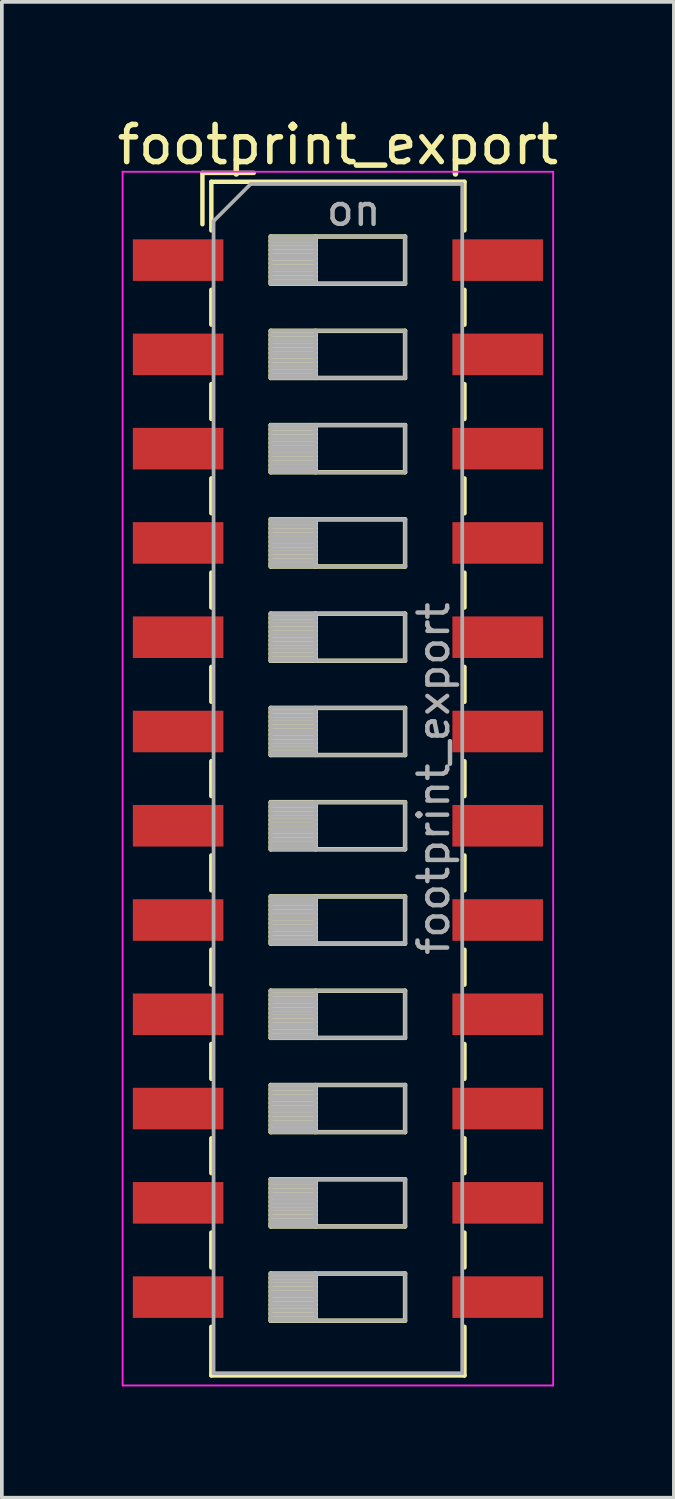
<source format=kicad_pcb>
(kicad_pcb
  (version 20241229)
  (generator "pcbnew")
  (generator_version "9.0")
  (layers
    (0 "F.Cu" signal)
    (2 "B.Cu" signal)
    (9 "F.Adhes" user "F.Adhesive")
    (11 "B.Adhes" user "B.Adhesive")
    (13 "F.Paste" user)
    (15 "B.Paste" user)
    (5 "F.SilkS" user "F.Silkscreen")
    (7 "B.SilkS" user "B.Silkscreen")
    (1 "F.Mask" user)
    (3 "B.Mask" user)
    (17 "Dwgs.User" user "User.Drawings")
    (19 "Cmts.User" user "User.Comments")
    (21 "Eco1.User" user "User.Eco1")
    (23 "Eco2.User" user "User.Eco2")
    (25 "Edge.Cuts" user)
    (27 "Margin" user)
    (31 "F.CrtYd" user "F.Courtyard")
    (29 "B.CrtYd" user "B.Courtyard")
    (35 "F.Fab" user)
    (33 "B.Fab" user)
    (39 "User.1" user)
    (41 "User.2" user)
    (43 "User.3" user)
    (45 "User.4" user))
  (footprint "footprint_export"
    (layer "F.Cu")
    (at 6.054 17.928)
    (property "Reference" "footprint_export" (at 0 -17.08 0) (layer "F.SilkS") (effects (font (size 1 1) (thickness 0.15))))
    (attr smd)
    (fp_line (start -3.65 -16.32) (end -3.65 -14.937) (stroke (width 0.12) (type solid)) (layer "F.SilkS"))
    (fp_line (start -3.65 -16.32) (end -2.267 -16.32) (stroke (width 0.12) (type solid)) (layer "F.SilkS"))
    (fp_line (start -3.41 -16.08) (end -3.41 -14.77) (stroke (width 0.12) (type solid)) (layer "F.SilkS"))
    (fp_line (start -3.41 -16.08) (end 3.41 -16.08) (stroke (width 0.12) (type solid)) (layer "F.SilkS"))
    (fp_line (start -3.41 -13.17) (end -3.41 -12.23) (stroke (width 0.12) (type solid)) (layer "F.SilkS"))
    (fp_line (start -3.41 -10.63) (end -3.41 -9.69) (stroke (width 0.12) (type solid)) (layer "F.SilkS"))
    (fp_line (start -3.41 -8.09) (end -3.41 -7.15) (stroke (width 0.12) (type solid)) (layer "F.SilkS"))
    (fp_line (start -3.41 -5.55) (end -3.41 -4.61) (stroke (width 0.12) (type solid)) (layer "F.SilkS"))
    (fp_line (start -3.41 -3.01) (end -3.41 -2.07) (stroke (width 0.12) (type solid)) (layer "F.SilkS"))
    (fp_line (start -3.41 -0.47) (end -3.41 0.47) (stroke (width 0.12) (type solid)) (layer "F.SilkS"))
    (fp_line (start -3.41 2.07) (end -3.41 3.01) (stroke (width 0.12) (type solid)) (layer "F.SilkS"))
    (fp_line (start -3.41 4.61) (end -3.41 5.55) (stroke (width 0.12) (type solid)) (layer "F.SilkS"))
    (fp_line (start -3.41 7.15) (end -3.41 8.09) (stroke (width 0.12) (type solid)) (layer "F.SilkS"))
    (fp_line (start -3.41 9.69) (end -3.41 10.63) (stroke (width 0.12) (type solid)) (layer "F.SilkS"))
    (fp_line (start -3.41 12.23) (end -3.41 13.17) (stroke (width 0.12) (type solid)) (layer "F.SilkS"))
    (fp_line (start -3.41 14.77) (end -3.41 16.08) (stroke (width 0.12) (type solid)) (layer "F.SilkS"))
    (fp_line (start -3.41 16.08) (end 3.41 16.08) (stroke (width 0.12) (type solid)) (layer "F.SilkS"))
    (fp_line (start -1.81 -14.605) (end -1.81 -13.335) (stroke (width 0.12) (type solid)) (layer "F.SilkS"))
    (fp_line (start -1.81 -14.485) (end -0.603 -14.485) (stroke (width 0.12) (type solid)) (layer "F.SilkS"))
    (fp_line (start -1.81 -14.365) (end -0.603 -14.365) (stroke (width 0.12) (type solid)) (layer "F.SilkS"))
    (fp_line (start -1.81 -14.245) (end -0.603 -14.245) (stroke (width 0.12) (type solid)) (layer "F.SilkS"))
    (fp_line (start -1.81 -14.125) (end -0.603 -14.125) (stroke (width 0.12) (type solid)) (layer "F.SilkS"))
    (fp_line (start -1.81 -14.005) (end -0.603 -14.005) (stroke (width 0.12) (type solid)) (layer "F.SilkS"))
    (fp_line (start -1.81 -13.885) (end -0.603 -13.885) (stroke (width 0.12) (type solid)) (layer "F.SilkS"))
    (fp_line (start -1.81 -13.765) (end -0.603 -13.765) (stroke (width 0.12) (type solid)) (layer "F.SilkS"))
    (fp_line (start -1.81 -13.645) (end -0.603 -13.645) (stroke (width 0.12) (type solid)) (layer "F.SilkS"))
    (fp_line (start -1.81 -13.525) (end -0.603 -13.525) (stroke (width 0.12) (type solid)) (layer "F.SilkS"))
    (fp_line (start -1.81 -13.405) (end -0.603 -13.405) (stroke (width 0.12) (type solid)) (layer "F.SilkS"))
    (fp_line (start -1.81 -13.335) (end 1.81 -13.335) (stroke (width 0.12) (type solid)) (layer "F.SilkS"))
    (fp_line (start -1.81 -12.065) (end -1.81 -10.795) (stroke (width 0.12) (type solid)) (layer "F.SilkS"))
    (fp_line (start -1.81 -11.945) (end -0.603 -11.945) (stroke (width 0.12) (type solid)) (layer "F.SilkS"))
    (fp_line (start -1.81 -11.825) (end -0.603 -11.825) (stroke (width 0.12) (type solid)) (layer "F.SilkS"))
    (fp_line (start -1.81 -11.705) (end -0.603 -11.705) (stroke (width 0.12) (type solid)) (layer "F.SilkS"))
    (fp_line (start -1.81 -11.585) (end -0.603 -11.585) (stroke (width 0.12) (type solid)) (layer "F.SilkS"))
    (fp_line (start -1.81 -11.465) (end -0.603 -11.465) (stroke (width 0.12) (type solid)) (layer "F.SilkS"))
    (fp_line (start -1.81 -11.345) (end -0.603 -11.345) (stroke (width 0.12) (type solid)) (layer "F.SilkS"))
    (fp_line (start -1.81 -11.225) (end -0.603 -11.225) (stroke (width 0.12) (type solid)) (layer "F.SilkS"))
    (fp_line (start -1.81 -11.105) (end -0.603 -11.105) (stroke (width 0.12) (type solid)) (layer "F.SilkS"))
    (fp_line (start -1.81 -10.985) (end -0.603 -10.985) (stroke (width 0.12) (type solid)) (layer "F.SilkS"))
    (fp_line (start -1.81 -10.865) (end -0.603 -10.865) (stroke (width 0.12) (type solid)) (layer "F.SilkS"))
    (fp_line (start -1.81 -10.795) (end 1.81 -10.795) (stroke (width 0.12) (type solid)) (layer "F.SilkS"))
    (fp_line (start -1.81 -9.525) (end -1.81 -8.255) (stroke (width 0.12) (type solid)) (layer "F.SilkS"))
    (fp_line (start -1.81 -9.405) (end -0.603 -9.405) (stroke (width 0.12) (type solid)) (layer "F.SilkS"))
    (fp_line (start -1.81 -9.285) (end -0.603 -9.285) (stroke (width 0.12) (type solid)) (layer "F.SilkS"))
    (fp_line (start -1.81 -9.165) (end -0.603 -9.165) (stroke (width 0.12) (type solid)) (layer "F.SilkS"))
    (fp_line (start -1.81 -9.045) (end -0.603 -9.045) (stroke (width 0.12) (type solid)) (layer "F.SilkS"))
    (fp_line (start -1.81 -8.925) (end -0.603 -8.925) (stroke (width 0.12) (type solid)) (layer "F.SilkS"))
    (fp_line (start -1.81 -8.805) (end -0.603 -8.805) (stroke (width 0.12) (type solid)) (layer "F.SilkS"))
    (fp_line (start -1.81 -8.685) (end -0.603 -8.685) (stroke (width 0.12) (type solid)) (layer "F.SilkS"))
    (fp_line (start -1.81 -8.565) (end -0.603 -8.565) (stroke (width 0.12) (type solid)) (layer "F.SilkS"))
    (fp_line (start -1.81 -8.445) (end -0.603 -8.445) (stroke (width 0.12) (type solid)) (layer "F.SilkS"))
    (fp_line (start -1.81 -8.325) (end -0.603 -8.325) (stroke (width 0.12) (type solid)) (layer "F.SilkS"))
    (fp_line (start -1.81 -8.255) (end 1.81 -8.255) (stroke (width 0.12) (type solid)) (layer "F.SilkS"))
    (fp_line (start -1.81 -6.985) (end -1.81 -5.715) (stroke (width 0.12) (type solid)) (layer "F.SilkS"))
    (fp_line (start -1.81 -6.865) (end -0.603 -6.865) (stroke (width 0.12) (type solid)) (layer "F.SilkS"))
    (fp_line (start -1.81 -6.745) (end -0.603 -6.745) (stroke (width 0.12) (type solid)) (layer "F.SilkS"))
    (fp_line (start -1.81 -6.625) (end -0.603 -6.625) (stroke (width 0.12) (type solid)) (layer "F.SilkS"))
    (fp_line (start -1.81 -6.505) (end -0.603 -6.505) (stroke (width 0.12) (type solid)) (layer "F.SilkS"))
    (fp_line (start -1.81 -6.385) (end -0.603 -6.385) (stroke (width 0.12) (type solid)) (layer "F.SilkS"))
    (fp_line (start -1.81 -6.265) (end -0.603 -6.265) (stroke (width 0.12) (type solid)) (layer "F.SilkS"))
    (fp_line (start -1.81 -6.145) (end -0.603 -6.145) (stroke (width 0.12) (type solid)) (layer "F.SilkS"))
    (fp_line (start -1.81 -6.025) (end -0.603 -6.025) (stroke (width 0.12) (type solid)) (layer "F.SilkS"))
    (fp_line (start -1.81 -5.905) (end -0.603 -5.905) (stroke (width 0.12) (type solid)) (layer "F.SilkS"))
    (fp_line (start -1.81 -5.785) (end -0.603 -5.785) (stroke (width 0.12) (type solid)) (layer "F.SilkS"))
    (fp_line (start -1.81 -5.715) (end 1.81 -5.715) (stroke (width 0.12) (type solid)) (layer "F.SilkS"))
    (fp_line (start -1.81 -4.445) (end -1.81 -3.175) (stroke (width 0.12) (type solid)) (layer "F.SilkS"))
    (fp_line (start -1.81 -4.325) (end -0.603 -4.325) (stroke (width 0.12) (type solid)) (layer "F.SilkS"))
    (fp_line (start -1.81 -4.205) (end -0.603 -4.205) (stroke (width 0.12) (type solid)) (layer "F.SilkS"))
    (fp_line (start -1.81 -4.085) (end -0.603 -4.085) (stroke (width 0.12) (type solid)) (layer "F.SilkS"))
    (fp_line (start -1.81 -3.965) (end -0.603 -3.965) (stroke (width 0.12) (type solid)) (layer "F.SilkS"))
    (fp_line (start -1.81 -3.845) (end -0.603 -3.845) (stroke (width 0.12) (type solid)) (layer "F.SilkS"))
    (fp_line (start -1.81 -3.725) (end -0.603 -3.725) (stroke (width 0.12) (type solid)) (layer "F.SilkS"))
    (fp_line (start -1.81 -3.605) (end -0.603 -3.605) (stroke (width 0.12) (type solid)) (layer "F.SilkS"))
    (fp_line (start -1.81 -3.485) (end -0.603 -3.485) (stroke (width 0.12) (type solid)) (layer "F.SilkS"))
    (fp_line (start -1.81 -3.365) (end -0.603 -3.365) (stroke (width 0.12) (type solid)) (layer "F.SilkS"))
    (fp_line (start -1.81 -3.245) (end -0.603 -3.245) (stroke (width 0.12) (type solid)) (layer "F.SilkS"))
    (fp_line (start -1.81 -3.175) (end 1.81 -3.175) (stroke (width 0.12) (type solid)) (layer "F.SilkS"))
    (fp_line (start -1.81 -1.905) (end -1.81 -0.635) (stroke (width 0.12) (type solid)) (layer "F.SilkS"))
    (fp_line (start -1.81 -1.785) (end -0.603 -1.785) (stroke (width 0.12) (type solid)) (layer "F.SilkS"))
    (fp_line (start -1.81 -1.665) (end -0.603 -1.665) (stroke (width 0.12) (type solid)) (layer "F.SilkS"))
    (fp_line (start -1.81 -1.545) (end -0.603 -1.545) (stroke (width 0.12) (type solid)) (layer "F.SilkS"))
    (fp_line (start -1.81 -1.425) (end -0.603 -1.425) (stroke (width 0.12) (type solid)) (layer "F.SilkS"))
    (fp_line (start -1.81 -1.305) (end -0.603 -1.305) (stroke (width 0.12) (type solid)) (layer "F.SilkS"))
    (fp_line (start -1.81 -1.185) (end -0.603 -1.185) (stroke (width 0.12) (type solid)) (layer "F.SilkS"))
    (fp_line (start -1.81 -1.065) (end -0.603 -1.065) (stroke (width 0.12) (type solid)) (layer "F.SilkS"))
    (fp_line (start -1.81 -0.945) (end -0.603 -0.945) (stroke (width 0.12) (type solid)) (layer "F.SilkS"))
    (fp_line (start -1.81 -0.825) (end -0.603 -0.825) (stroke (width 0.12) (type solid)) (layer "F.SilkS"))
    (fp_line (start -1.81 -0.705) (end -0.603 -0.705) (stroke (width 0.12) (type solid)) (layer "F.SilkS"))
    (fp_line (start -1.81 -0.635) (end 1.81 -0.635) (stroke (width 0.12) (type solid)) (layer "F.SilkS"))
    (fp_line (start -1.81 0.635) (end -1.81 1.905) (stroke (width 0.12) (type solid)) (layer "F.SilkS"))
    (fp_line (start -1.81 0.755) (end -0.603 0.755) (stroke (width 0.12) (type solid)) (layer "F.SilkS"))
    (fp_line (start -1.81 0.875) (end -0.603 0.875) (stroke (width 0.12) (type solid)) (layer "F.SilkS"))
    (fp_line (start -1.81 0.995) (end -0.603 0.995) (stroke (width 0.12) (type solid)) (layer "F.SilkS"))
    (fp_line (start -1.81 1.115) (end -0.603 1.115) (stroke (width 0.12) (type solid)) (layer "F.SilkS"))
    (fp_line (start -1.81 1.235) (end -0.603 1.235) (stroke (width 0.12) (type solid)) (layer "F.SilkS"))
    (fp_line (start -1.81 1.355) (end -0.603 1.355) (stroke (width 0.12) (type solid)) (layer "F.SilkS"))
    (fp_line (start -1.81 1.475) (end -0.603 1.475) (stroke (width 0.12) (type solid)) (layer "F.SilkS"))
    (fp_line (start -1.81 1.595) (end -0.603 1.595) (stroke (width 0.12) (type solid)) (layer "F.SilkS"))
    (fp_line (start -1.81 1.715) (end -0.603 1.715) (stroke (width 0.12) (type solid)) (layer "F.SilkS"))
    (fp_line (start -1.81 1.835) (end -0.603 1.835) (stroke (width 0.12) (type solid)) (layer "F.SilkS"))
    (fp_line (start -1.81 1.905) (end 1.81 1.905) (stroke (width 0.12) (type solid)) (layer "F.SilkS"))
    (fp_line (start -1.81 3.175) (end -1.81 4.445) (stroke (width 0.12) (type solid)) (layer "F.SilkS"))
    (fp_line (start -1.81 3.295) (end -0.603 3.295) (stroke (width 0.12) (type solid)) (layer "F.SilkS"))
    (fp_line (start -1.81 3.415) (end -0.603 3.415) (stroke (width 0.12) (type solid)) (layer "F.SilkS"))
    (fp_line (start -1.81 3.535) (end -0.603 3.535) (stroke (width 0.12) (type solid)) (layer "F.SilkS"))
    (fp_line (start -1.81 3.655) (end -0.603 3.655) (stroke (width 0.12) (type solid)) (layer "F.SilkS"))
    (fp_line (start -1.81 3.775) (end -0.603 3.775) (stroke (width 0.12) (type solid)) (layer "F.SilkS"))
    (fp_line (start -1.81 3.895) (end -0.603 3.895) (stroke (width 0.12) (type solid)) (layer "F.SilkS"))
    (fp_line (start -1.81 4.015) (end -0.603 4.015) (stroke (width 0.12) (type solid)) (layer "F.SilkS"))
    (fp_line (start -1.81 4.135) (end -0.603 4.135) (stroke (width 0.12) (type solid)) (layer "F.SilkS"))
    (fp_line (start -1.81 4.255) (end -0.603 4.255) (stroke (width 0.12) (type solid)) (layer "F.SilkS"))
    (fp_line (start -1.81 4.375) (end -0.603 4.375) (stroke (width 0.12) (type solid)) (layer "F.SilkS"))
    (fp_line (start -1.81 4.445) (end 1.81 4.445) (stroke (width 0.12) (type solid)) (layer "F.SilkS"))
    (fp_line (start -1.81 5.715) (end -1.81 6.985) (stroke (width 0.12) (type solid)) (layer "F.SilkS"))
    (fp_line (start -1.81 5.835) (end -0.603 5.835) (stroke (width 0.12) (type solid)) (layer "F.SilkS"))
    (fp_line (start -1.81 5.955) (end -0.603 5.955) (stroke (width 0.12) (type solid)) (layer "F.SilkS"))
    (fp_line (start -1.81 6.075) (end -0.603 6.075) (stroke (width 0.12) (type solid)) (layer "F.SilkS"))
    (fp_line (start -1.81 6.195) (end -0.603 6.195) (stroke (width 0.12) (type solid)) (layer "F.SilkS"))
    (fp_line (start -1.81 6.315) (end -0.603 6.315) (stroke (width 0.12) (type solid)) (layer "F.SilkS"))
    (fp_line (start -1.81 6.435) (end -0.603 6.435) (stroke (width 0.12) (type solid)) (layer "F.SilkS"))
    (fp_line (start -1.81 6.555) (end -0.603 6.555) (stroke (width 0.12) (type solid)) (layer "F.SilkS"))
    (fp_line (start -1.81 6.675) (end -0.603 6.675) (stroke (width 0.12) (type solid)) (layer "F.SilkS"))
    (fp_line (start -1.81 6.795) (end -0.603 6.795) (stroke (width 0.12) (type solid)) (layer "F.SilkS"))
    (fp_line (start -1.81 6.915) (end -0.603 6.915) (stroke (width 0.12) (type solid)) (layer "F.SilkS"))
    (fp_line (start -1.81 6.985) (end 1.81 6.985) (stroke (width 0.12) (type solid)) (layer "F.SilkS"))
    (fp_line (start -1.81 8.255) (end -1.81 9.525) (stroke (width 0.12) (type solid)) (layer "F.SilkS"))
    (fp_line (start -1.81 8.375) (end -0.603 8.375) (stroke (width 0.12) (type solid)) (layer "F.SilkS"))
    (fp_line (start -1.81 8.495) (end -0.603 8.495) (stroke (width 0.12) (type solid)) (layer "F.SilkS"))
    (fp_line (start -1.81 8.615) (end -0.603 8.615) (stroke (width 0.12) (type solid)) (layer "F.SilkS"))
    (fp_line (start -1.81 8.735) (end -0.603 8.735) (stroke (width 0.12) (type solid)) (layer "F.SilkS"))
    (fp_line (start -1.81 8.855) (end -0.603 8.855) (stroke (width 0.12) (type solid)) (layer "F.SilkS"))
    (fp_line (start -1.81 8.975) (end -0.603 8.975) (stroke (width 0.12) (type solid)) (layer "F.SilkS"))
    (fp_line (start -1.81 9.095) (end -0.603 9.095) (stroke (width 0.12) (type solid)) (layer "F.SilkS"))
    (fp_line (start -1.81 9.215) (end -0.603 9.215) (stroke (width 0.12) (type solid)) (layer "F.SilkS"))
    (fp_line (start -1.81 9.335) (end -0.603 9.335) (stroke (width 0.12) (type solid)) (layer "F.SilkS"))
    (fp_line (start -1.81 9.455) (end -0.603 9.455) (stroke (width 0.12) (type solid)) (layer "F.SilkS"))
    (fp_line (start -1.81 9.525) (end 1.81 9.525) (stroke (width 0.12) (type solid)) (layer "F.SilkS"))
    (fp_line (start -1.81 10.795) (end -1.81 12.065) (stroke (width 0.12) (type solid)) (layer "F.SilkS"))
    (fp_line (start -1.81 10.915) (end -0.603 10.915) (stroke (width 0.12) (type solid)) (layer "F.SilkS"))
    (fp_line (start -1.81 11.035) (end -0.603 11.035) (stroke (width 0.12) (type solid)) (layer "F.SilkS"))
    (fp_line (start -1.81 11.155) (end -0.603 11.155) (stroke (width 0.12) (type solid)) (layer "F.SilkS"))
    (fp_line (start -1.81 11.275) (end -0.603 11.275) (stroke (width 0.12) (type solid)) (layer "F.SilkS"))
    (fp_line (start -1.81 11.395) (end -0.603 11.395) (stroke (width 0.12) (type solid)) (layer "F.SilkS"))
    (fp_line (start -1.81 11.515) (end -0.603 11.515) (stroke (width 0.12) (type solid)) (layer "F.SilkS"))
    (fp_line (start -1.81 11.635) (end -0.603 11.635) (stroke (width 0.12) (type solid)) (layer "F.SilkS"))
    (fp_line (start -1.81 11.755) (end -0.603 11.755) (stroke (width 0.12) (type solid)) (layer "F.SilkS"))
    (fp_line (start -1.81 11.875) (end -0.603 11.875) (stroke (width 0.12) (type solid)) (layer "F.SilkS"))
    (fp_line (start -1.81 11.995) (end -0.603 11.995) (stroke (width 0.12) (type solid)) (layer "F.SilkS"))
    (fp_line (start -1.81 12.065) (end 1.81 12.065) (stroke (width 0.12) (type solid)) (layer "F.SilkS"))
    (fp_line (start -1.81 13.335) (end -1.81 14.605) (stroke (width 0.12) (type solid)) (layer "F.SilkS"))
    (fp_line (start -1.81 13.455) (end -0.603 13.455) (stroke (width 0.12) (type solid)) (layer "F.SilkS"))
    (fp_line (start -1.81 13.575) (end -0.603 13.575) (stroke (width 0.12) (type solid)) (layer "F.SilkS"))
    (fp_line (start -1.81 13.695) (end -0.603 13.695) (stroke (width 0.12) (type solid)) (layer "F.SilkS"))
    (fp_line (start -1.81 13.815) (end -0.603 13.815) (stroke (width 0.12) (type solid)) (layer "F.SilkS"))
    (fp_line (start -1.81 13.935) (end -0.603 13.935) (stroke (width 0.12) (type solid)) (layer "F.SilkS"))
    (fp_line (start -1.81 14.055) (end -0.603 14.055) (stroke (width 0.12) (type solid)) (layer "F.SilkS"))
    (fp_line (start -1.81 14.175) (end -0.603 14.175) (stroke (width 0.12) (type solid)) (layer "F.SilkS"))
    (fp_line (start -1.81 14.295) (end -0.603 14.295) (stroke (width 0.12) (type solid)) (layer "F.SilkS"))
    (fp_line (start -1.81 14.415) (end -0.603 14.415) (stroke (width 0.12) (type solid)) (layer "F.SilkS"))
    (fp_line (start -1.81 14.535) (end -0.603 14.535) (stroke (width 0.12) (type solid)) (layer "F.SilkS"))
    (fp_line (start -1.81 14.605) (end 1.81 14.605) (stroke (width 0.12) (type solid)) (layer "F.SilkS"))
    (fp_line (start -0.603 -14.605) (end -0.603 -13.335) (stroke (width 0.12) (type solid)) (layer "F.SilkS"))
    (fp_line (start -0.603 -12.065) (end -0.603 -10.795) (stroke (width 0.12) (type solid)) (layer "F.SilkS"))
    (fp_line (start -0.603 -9.525) (end -0.603 -8.255) (stroke (width 0.12) (type solid)) (layer "F.SilkS"))
    (fp_line (start -0.603 -6.985) (end -0.603 -5.715) (stroke (width 0.12) (type solid)) (layer "F.SilkS"))
    (fp_line (start -0.603 -4.445) (end -0.603 -3.175) (stroke (width 0.12) (type solid)) (layer "F.SilkS"))
    (fp_line (start -0.603 -1.905) (end -0.603 -0.635) (stroke (width 0.12) (type solid)) (layer "F.SilkS"))
    (fp_line (start -0.603 0.635) (end -0.603 1.905) (stroke (width 0.12) (type solid)) (layer "F.SilkS"))
    (fp_line (start -0.603 3.175) (end -0.603 4.445) (stroke (width 0.12) (type solid)) (layer "F.SilkS"))
    (fp_line (start -0.603 5.715) (end -0.603 6.985) (stroke (width 0.12) (type solid)) (layer "F.SilkS"))
    (fp_line (start -0.603 8.255) (end -0.603 9.525) (stroke (width 0.12) (type solid)) (layer "F.SilkS"))
    (fp_line (start -0.603 10.795) (end -0.603 12.065) (stroke (width 0.12) (type solid)) (layer "F.SilkS"))
    (fp_line (start -0.603 13.335) (end -0.603 14.605) (stroke (width 0.12) (type solid)) (layer "F.SilkS"))
    (fp_line (start 1.81 -14.605) (end -1.81 -14.605) (stroke (width 0.12) (type solid)) (layer "F.SilkS"))
    (fp_line (start 1.81 -13.335) (end 1.81 -14.605) (stroke (width 0.12) (type solid)) (layer "F.SilkS"))
    (fp_line (start 1.81 -12.065) (end -1.81 -12.065) (stroke (width 0.12) (type solid)) (layer "F.SilkS"))
    (fp_line (start 1.81 -10.795) (end 1.81 -12.065) (stroke (width 0.12) (type solid)) (layer "F.SilkS"))
    (fp_line (start 1.81 -9.525) (end -1.81 -9.525) (stroke (width 0.12) (type solid)) (layer "F.SilkS"))
    (fp_line (start 1.81 -8.255) (end 1.81 -9.525) (stroke (width 0.12) (type solid)) (layer "F.SilkS"))
    (fp_line (start 1.81 -6.985) (end -1.81 -6.985) (stroke (width 0.12) (type solid)) (layer "F.SilkS"))
    (fp_line (start 1.81 -5.715) (end 1.81 -6.985) (stroke (width 0.12) (type solid)) (layer "F.SilkS"))
    (fp_line (start 1.81 -4.445) (end -1.81 -4.445) (stroke (width 0.12) (type solid)) (layer "F.SilkS"))
    (fp_line (start 1.81 -3.175) (end 1.81 -4.445) (stroke (width 0.12) (type solid)) (layer "F.SilkS"))
    (fp_line (start 1.81 -1.905) (end -1.81 -1.905) (stroke (width 0.12) (type solid)) (layer "F.SilkS"))
    (fp_line (start 1.81 -0.635) (end 1.81 -1.905) (stroke (width 0.12) (type solid)) (layer "F.SilkS"))
    (fp_line (start 1.81 0.635) (end -1.81 0.635) (stroke (width 0.12) (type solid)) (layer "F.SilkS"))
    (fp_line (start 1.81 1.905) (end 1.81 0.635) (stroke (width 0.12) (type solid)) (layer "F.SilkS"))
    (fp_line (start 1.81 3.175) (end -1.81 3.175) (stroke (width 0.12) (type solid)) (layer "F.SilkS"))
    (fp_line (start 1.81 4.445) (end 1.81 3.175) (stroke (width 0.12) (type solid)) (layer "F.SilkS"))
    (fp_line (start 1.81 5.715) (end -1.81 5.715) (stroke (width 0.12) (type solid)) (layer "F.SilkS"))
    (fp_line (start 1.81 6.985) (end 1.81 5.715) (stroke (width 0.12) (type solid)) (layer "F.SilkS"))
    (fp_line (start 1.81 8.255) (end -1.81 8.255) (stroke (width 0.12) (type solid)) (layer "F.SilkS"))
    (fp_line (start 1.81 9.525) (end 1.81 8.255) (stroke (width 0.12) (type solid)) (layer "F.SilkS"))
    (fp_line (start 1.81 10.795) (end -1.81 10.795) (stroke (width 0.12) (type solid)) (layer "F.SilkS"))
    (fp_line (start 1.81 12.065) (end 1.81 10.795) (stroke (width 0.12) (type solid)) (layer "F.SilkS"))
    (fp_line (start 1.81 13.335) (end -1.81 13.335) (stroke (width 0.12) (type solid)) (layer "F.SilkS"))
    (fp_line (start 1.81 14.605) (end 1.81 13.335) (stroke (width 0.12) (type solid)) (layer "F.SilkS"))
    (fp_line (start 3.41 -16.08) (end 3.41 -14.77) (stroke (width 0.12) (type solid)) (layer "F.SilkS"))
    (fp_line (start 3.41 -13.169) (end 3.41 -12.229) (stroke (width 0.12) (type solid)) (layer "F.SilkS"))
    (fp_line (start 3.41 -10.629) (end 3.41 -9.689) (stroke (width 0.12) (type solid)) (layer "F.SilkS"))
    (fp_line (start 3.41 -8.089) (end 3.41 -7.149) (stroke (width 0.12) (type solid)) (layer "F.SilkS"))
    (fp_line (start 3.41 -5.549) (end 3.41 -4.609) (stroke (width 0.12) (type solid)) (layer "F.SilkS"))
    (fp_line (start 3.41 -3.009) (end 3.41 -2.069) (stroke (width 0.12) (type solid)) (layer "F.SilkS"))
    (fp_line (start 3.41 -0.469) (end 3.41 0.471) (stroke (width 0.12) (type solid)) (layer "F.SilkS"))
    (fp_line (start 3.41 2.071) (end 3.41 3.011) (stroke (width 0.12) (type solid)) (layer "F.SilkS"))
    (fp_line (start 3.41 4.611) (end 3.41 5.551) (stroke (width 0.12) (type solid)) (layer "F.SilkS"))
    (fp_line (start 3.41 7.151) (end 3.41 8.09) (stroke (width 0.12) (type solid)) (layer "F.SilkS"))
    (fp_line (start 3.41 9.691) (end 3.41 10.63) (stroke (width 0.12) (type solid)) (layer "F.SilkS"))
    (fp_line (start 3.41 12.231) (end 3.41 13.17) (stroke (width 0.12) (type solid)) (layer "F.SilkS"))
    (fp_line (start 3.41 14.77) (end 3.41 16.08) (stroke (width 0.12) (type solid)) (layer "F.SilkS"))
    (fp_line (start -5.8 -16.35) (end -5.8 16.35) (stroke (width 0.05) (type solid)) (layer "F.CrtYd"))
    (fp_line (start -5.8 16.35) (end 5.8 16.35) (stroke (width 0.05) (type solid)) (layer "F.CrtYd"))
    (fp_line (start 5.8 -16.35) (end -5.8 -16.35) (stroke (width 0.05) (type solid)) (layer "F.CrtYd"))
    (fp_line (start 5.8 16.35) (end 5.8 -16.35) (stroke (width 0.05) (type solid)) (layer "F.CrtYd"))
    (fp_line (start -3.35 -15.02) (end -2.35 -16.02) (stroke (width 0.1) (type solid)) (layer "F.Fab"))
    (fp_line (start -3.35 16.02) (end -3.35 -15.02) (stroke (width 0.1) (type solid)) (layer "F.Fab"))
    (fp_line (start -2.35 -16.02) (end 3.35 -16.02) (stroke (width 0.1) (type solid)) (layer "F.Fab"))
    (fp_line (start -1.81 -14.605) (end -1.81 -13.335) (stroke (width 0.1) (type solid)) (layer "F.Fab"))
    (fp_line (start -1.81 -14.505) (end -0.603 -14.505) (stroke (width 0.1) (type solid)) (layer "F.Fab"))
    (fp_line (start -1.81 -14.405) (end -0.603 -14.405) (stroke (width 0.1) (type solid)) (layer "F.Fab"))
    (fp_line (start -1.81 -14.305) (end -0.603 -14.305) (stroke (width 0.1) (type solid)) (layer "F.Fab"))
    (fp_line (start -1.81 -14.205) (end -0.603 -14.205) (stroke (width 0.1) (type solid)) (layer "F.Fab"))
    (fp_line (start -1.81 -14.105) (end -0.603 -14.105) (stroke (width 0.1) (type solid)) (layer "F.Fab"))
    (fp_line (start -1.81 -14.005) (end -0.603 -14.005) (stroke (width 0.1) (type solid)) (layer "F.Fab"))
    (fp_line (start -1.81 -13.905) (end -0.603 -13.905) (stroke (width 0.1) (type solid)) (layer "F.Fab"))
    (fp_line (start -1.81 -13.805) (end -0.603 -13.805) (stroke (width 0.1) (type solid)) (layer "F.Fab"))
    (fp_line (start -1.81 -13.705) (end -0.603 -13.705) (stroke (width 0.1) (type solid)) (layer "F.Fab"))
    (fp_line (start -1.81 -13.605) (end -0.603 -13.605) (stroke (width 0.1) (type solid)) (layer "F.Fab"))
    (fp_line (start -1.81 -13.505) (end -0.603 -13.505) (stroke (width 0.1) (type solid)) (layer "F.Fab"))
    (fp_line (start -1.81 -13.405) (end -0.603 -13.405) (stroke (width 0.1) (type solid)) (layer "F.Fab"))
    (fp_line (start -1.81 -13.335) (end 1.81 -13.335) (stroke (width 0.1) (type solid)) (layer "F.Fab"))
    (fp_line (start -1.81 -12.065) (end -1.81 -10.795) (stroke (width 0.1) (type solid)) (layer "F.Fab"))
    (fp_line (start -1.81 -11.965) (end -0.603 -11.965) (stroke (width 0.1) (type solid)) (layer "F.Fab"))
    (fp_line (start -1.81 -11.865) (end -0.603 -11.865) (stroke (width 0.1) (type solid)) (layer "F.Fab"))
    (fp_line (start -1.81 -11.765) (end -0.603 -11.765) (stroke (width 0.1) (type solid)) (layer "F.Fab"))
    (fp_line (start -1.81 -11.665) (end -0.603 -11.665) (stroke (width 0.1) (type solid)) (layer "F.Fab"))
    (fp_line (start -1.81 -11.565) (end -0.603 -11.565) (stroke (width 0.1) (type solid)) (layer "F.Fab"))
    (fp_line (start -1.81 -11.465) (end -0.603 -11.465) (stroke (width 0.1) (type solid)) (layer "F.Fab"))
    (fp_line (start -1.81 -11.365) (end -0.603 -11.365) (stroke (width 0.1) (type solid)) (layer "F.Fab"))
    (fp_line (start -1.81 -11.265) (end -0.603 -11.265) (stroke (width 0.1) (type solid)) (layer "F.Fab"))
    (fp_line (start -1.81 -11.165) (end -0.603 -11.165) (stroke (width 0.1) (type solid)) (layer "F.Fab"))
    (fp_line (start -1.81 -11.065) (end -0.603 -11.065) (stroke (width 0.1) (type solid)) (layer "F.Fab"))
    (fp_line (start -1.81 -10.965) (end -0.603 -10.965) (stroke (width 0.1) (type solid)) (layer "F.Fab"))
    (fp_line (start -1.81 -10.865) (end -0.603 -10.865) (stroke (width 0.1) (type solid)) (layer "F.Fab"))
    (fp_line (start -1.81 -10.795) (end 1.81 -10.795) (stroke (width 0.1) (type solid)) (layer "F.Fab"))
    (fp_line (start -1.81 -9.525) (end -1.81 -8.255) (stroke (width 0.1) (type solid)) (layer "F.Fab"))
    (fp_line (start -1.81 -9.425) (end -0.603 -9.425) (stroke (width 0.1) (type solid)) (layer "F.Fab"))
    (fp_line (start -1.81 -9.325) (end -0.603 -9.325) (stroke (width 0.1) (type solid)) (layer "F.Fab"))
    (fp_line (start -1.81 -9.225) (end -0.603 -9.225) (stroke (width 0.1) (type solid)) (layer "F.Fab"))
    (fp_line (start -1.81 -9.125) (end -0.603 -9.125) (stroke (width 0.1) (type solid)) (layer "F.Fab"))
    (fp_line (start -1.81 -9.025) (end -0.603 -9.025) (stroke (width 0.1) (type solid)) (layer "F.Fab"))
    (fp_line (start -1.81 -8.925) (end -0.603 -8.925) (stroke (width 0.1) (type solid)) (layer "F.Fab"))
    (fp_line (start -1.81 -8.825) (end -0.603 -8.825) (stroke (width 0.1) (type solid)) (layer "F.Fab"))
    (fp_line (start -1.81 -8.725) (end -0.603 -8.725) (stroke (width 0.1) (type solid)) (layer "F.Fab"))
    (fp_line (start -1.81 -8.625) (end -0.603 -8.625) (stroke (width 0.1) (type solid)) (layer "F.Fab"))
    (fp_line (start -1.81 -8.525) (end -0.603 -8.525) (stroke (width 0.1) (type solid)) (layer "F.Fab"))
    (fp_line (start -1.81 -8.425) (end -0.603 -8.425) (stroke (width 0.1) (type solid)) (layer "F.Fab"))
    (fp_line (start -1.81 -8.325) (end -0.603 -8.325) (stroke (width 0.1) (type solid)) (layer "F.Fab"))
    (fp_line (start -1.81 -8.255) (end 1.81 -8.255) (stroke (width 0.1) (type solid)) (layer "F.Fab"))
    (fp_line (start -1.81 -6.985) (end -1.81 -5.715) (stroke (width 0.1) (type solid)) (layer "F.Fab"))
    (fp_line (start -1.81 -6.885) (end -0.603 -6.885) (stroke (width 0.1) (type solid)) (layer "F.Fab"))
    (fp_line (start -1.81 -6.785) (end -0.603 -6.785) (stroke (width 0.1) (type solid)) (layer "F.Fab"))
    (fp_line (start -1.81 -6.685) (end -0.603 -6.685) (stroke (width 0.1) (type solid)) (layer "F.Fab"))
    (fp_line (start -1.81 -6.585) (end -0.603 -6.585) (stroke (width 0.1) (type solid)) (layer "F.Fab"))
    (fp_line (start -1.81 -6.485) (end -0.603 -6.485) (stroke (width 0.1) (type solid)) (layer "F.Fab"))
    (fp_line (start -1.81 -6.385) (end -0.603 -6.385) (stroke (width 0.1) (type solid)) (layer "F.Fab"))
    (fp_line (start -1.81 -6.285) (end -0.603 -6.285) (stroke (width 0.1) (type solid)) (layer "F.Fab"))
    (fp_line (start -1.81 -6.185) (end -0.603 -6.185) (stroke (width 0.1) (type solid)) (layer "F.Fab"))
    (fp_line (start -1.81 -6.085) (end -0.603 -6.085) (stroke (width 0.1) (type solid)) (layer "F.Fab"))
    (fp_line (start -1.81 -5.985) (end -0.603 -5.985) (stroke (width 0.1) (type solid)) (layer "F.Fab"))
    (fp_line (start -1.81 -5.885) (end -0.603 -5.885) (stroke (width 0.1) (type solid)) (layer "F.Fab"))
    (fp_line (start -1.81 -5.785) (end -0.603 -5.785) (stroke (width 0.1) (type solid)) (layer "F.Fab"))
    (fp_line (start -1.81 -5.715) (end 1.81 -5.715) (stroke (width 0.1) (type solid)) (layer "F.Fab"))
    (fp_line (start -1.81 -4.445) (end -1.81 -3.175) (stroke (width 0.1) (type solid)) (layer "F.Fab"))
    (fp_line (start -1.81 -4.345) (end -0.603 -4.345) (stroke (width 0.1) (type solid)) (layer "F.Fab"))
    (fp_line (start -1.81 -4.245) (end -0.603 -4.245) (stroke (width 0.1) (type solid)) (layer "F.Fab"))
    (fp_line (start -1.81 -4.145) (end -0.603 -4.145) (stroke (width 0.1) (type solid)) (layer "F.Fab"))
    (fp_line (start -1.81 -4.045) (end -0.603 -4.045) (stroke (width 0.1) (type solid)) (layer "F.Fab"))
    (fp_line (start -1.81 -3.945) (end -0.603 -3.945) (stroke (width 0.1) (type solid)) (layer "F.Fab"))
    (fp_line (start -1.81 -3.845) (end -0.603 -3.845) (stroke (width 0.1) (type solid)) (layer "F.Fab"))
    (fp_line (start -1.81 -3.745) (end -0.603 -3.745) (stroke (width 0.1) (type solid)) (layer "F.Fab"))
    (fp_line (start -1.81 -3.645) (end -0.603 -3.645) (stroke (width 0.1) (type solid)) (layer "F.Fab"))
    (fp_line (start -1.81 -3.545) (end -0.603 -3.545) (stroke (width 0.1) (type solid)) (layer "F.Fab"))
    (fp_line (start -1.81 -3.445) (end -0.603 -3.445) (stroke (width 0.1) (type solid)) (layer "F.Fab"))
    (fp_line (start -1.81 -3.345) (end -0.603 -3.345) (stroke (width 0.1) (type solid)) (layer "F.Fab"))
    (fp_line (start -1.81 -3.245) (end -0.603 -3.245) (stroke (width 0.1) (type solid)) (layer "F.Fab"))
    (fp_line (start -1.81 -3.175) (end 1.81 -3.175) (stroke (width 0.1) (type solid)) (layer "F.Fab"))
    (fp_line (start -1.81 -1.905) (end -1.81 -0.635) (stroke (width 0.1) (type solid)) (layer "F.Fab"))
    (fp_line (start -1.81 -1.805) (end -0.603 -1.805) (stroke (width 0.1) (type solid)) (layer "F.Fab"))
    (fp_line (start -1.81 -1.705) (end -0.603 -1.705) (stroke (width 0.1) (type solid)) (layer "F.Fab"))
    (fp_line (start -1.81 -1.605) (end -0.603 -1.605) (stroke (width 0.1) (type solid)) (layer "F.Fab"))
    (fp_line (start -1.81 -1.505) (end -0.603 -1.505) (stroke (width 0.1) (type solid)) (layer "F.Fab"))
    (fp_line (start -1.81 -1.405) (end -0.603 -1.405) (stroke (width 0.1) (type solid)) (layer "F.Fab"))
    (fp_line (start -1.81 -1.305) (end -0.603 -1.305) (stroke (width 0.1) (type solid)) (layer "F.Fab"))
    (fp_line (start -1.81 -1.205) (end -0.603 -1.205) (stroke (width 0.1) (type solid)) (layer "F.Fab"))
    (fp_line (start -1.81 -1.105) (end -0.603 -1.105) (stroke (width 0.1) (type solid)) (layer "F.Fab"))
    (fp_line (start -1.81 -1.005) (end -0.603 -1.005) (stroke (width 0.1) (type solid)) (layer "F.Fab"))
    (fp_line (start -1.81 -0.905) (end -0.603 -0.905) (stroke (width 0.1) (type solid)) (layer "F.Fab"))
    (fp_line (start -1.81 -0.805) (end -0.603 -0.805) (stroke (width 0.1) (type solid)) (layer "F.Fab"))
    (fp_line (start -1.81 -0.705) (end -0.603 -0.705) (stroke (width 0.1) (type solid)) (layer "F.Fab"))
    (fp_line (start -1.81 -0.635) (end 1.81 -0.635) (stroke (width 0.1) (type solid)) (layer "F.Fab"))
    (fp_line (start -1.81 0.635) (end -1.81 1.905) (stroke (width 0.1) (type solid)) (layer "F.Fab"))
    (fp_line (start -1.81 0.735) (end -0.603 0.735) (stroke (width 0.1) (type solid)) (layer "F.Fab"))
    (fp_line (start -1.81 0.835) (end -0.603 0.835) (stroke (width 0.1) (type solid)) (layer "F.Fab"))
    (fp_line (start -1.81 0.935) (end -0.603 0.935) (stroke (width 0.1) (type solid)) (layer "F.Fab"))
    (fp_line (start -1.81 1.035) (end -0.603 1.035) (stroke (width 0.1) (type solid)) (layer "F.Fab"))
    (fp_line (start -1.81 1.135) (end -0.603 1.135) (stroke (width 0.1) (type solid)) (layer "F.Fab"))
    (fp_line (start -1.81 1.235) (end -0.603 1.235) (stroke (width 0.1) (type solid)) (layer "F.Fab"))
    (fp_line (start -1.81 1.335) (end -0.603 1.335) (stroke (width 0.1) (type solid)) (layer "F.Fab"))
    (fp_line (start -1.81 1.435) (end -0.603 1.435) (stroke (width 0.1) (type solid)) (layer "F.Fab"))
    (fp_line (start -1.81 1.535) (end -0.603 1.535) (stroke (width 0.1) (type solid)) (layer "F.Fab"))
    (fp_line (start -1.81 1.635) (end -0.603 1.635) (stroke (width 0.1) (type solid)) (layer "F.Fab"))
    (fp_line (start -1.81 1.735) (end -0.603 1.735) (stroke (width 0.1) (type solid)) (layer "F.Fab"))
    (fp_line (start -1.81 1.835) (end -0.603 1.835) (stroke (width 0.1) (type solid)) (layer "F.Fab"))
    (fp_line (start -1.81 1.905) (end 1.81 1.905) (stroke (width 0.1) (type solid)) (layer "F.Fab"))
    (fp_line (start -1.81 3.175) (end -1.81 4.445) (stroke (width 0.1) (type solid)) (layer "F.Fab"))
    (fp_line (start -1.81 3.275) (end -0.603 3.275) (stroke (width 0.1) (type solid)) (layer "F.Fab"))
    (fp_line (start -1.81 3.375) (end -0.603 3.375) (stroke (width 0.1) (type solid)) (layer "F.Fab"))
    (fp_line (start -1.81 3.475) (end -0.603 3.475) (stroke (width 0.1) (type solid)) (layer "F.Fab"))
    (fp_line (start -1.81 3.575) (end -0.603 3.575) (stroke (width 0.1) (type solid)) (layer "F.Fab"))
    (fp_line (start -1.81 3.675) (end -0.603 3.675) (stroke (width 0.1) (type solid)) (layer "F.Fab"))
    (fp_line (start -1.81 3.775) (end -0.603 3.775) (stroke (width 0.1) (type solid)) (layer "F.Fab"))
    (fp_line (start -1.81 3.875) (end -0.603 3.875) (stroke (width 0.1) (type solid)) (layer "F.Fab"))
    (fp_line (start -1.81 3.975) (end -0.603 3.975) (stroke (width 0.1) (type solid)) (layer "F.Fab"))
    (fp_line (start -1.81 4.075) (end -0.603 4.075) (stroke (width 0.1) (type solid)) (layer "F.Fab"))
    (fp_line (start -1.81 4.175) (end -0.603 4.175) (stroke (width 0.1) (type solid)) (layer "F.Fab"))
    (fp_line (start -1.81 4.275) (end -0.603 4.275) (stroke (width 0.1) (type solid)) (layer "F.Fab"))
    (fp_line (start -1.81 4.375) (end -0.603 4.375) (stroke (width 0.1) (type solid)) (layer "F.Fab"))
    (fp_line (start -1.81 4.445) (end 1.81 4.445) (stroke (width 0.1) (type solid)) (layer "F.Fab"))
    (fp_line (start -1.81 5.715) (end -1.81 6.985) (stroke (width 0.1) (type solid)) (layer "F.Fab"))
    (fp_line (start -1.81 5.815) (end -0.603 5.815) (stroke (width 0.1) (type solid)) (layer "F.Fab"))
    (fp_line (start -1.81 5.915) (end -0.603 5.915) (stroke (width 0.1) (type solid)) (layer "F.Fab"))
    (fp_line (start -1.81 6.015) (end -0.603 6.015) (stroke (width 0.1) (type solid)) (layer "F.Fab"))
    (fp_line (start -1.81 6.115) (end -0.603 6.115) (stroke (width 0.1) (type solid)) (layer "F.Fab"))
    (fp_line (start -1.81 6.215) (end -0.603 6.215) (stroke (width 0.1) (type solid)) (layer "F.Fab"))
    (fp_line (start -1.81 6.315) (end -0.603 6.315) (stroke (width 0.1) (type solid)) (layer "F.Fab"))
    (fp_line (start -1.81 6.415) (end -0.603 6.415) (stroke (width 0.1) (type solid)) (layer "F.Fab"))
    (fp_line (start -1.81 6.515) (end -0.603 6.515) (stroke (width 0.1) (type solid)) (layer "F.Fab"))
    (fp_line (start -1.81 6.615) (end -0.603 6.615) (stroke (width 0.1) (type solid)) (layer "F.Fab"))
    (fp_line (start -1.81 6.715) (end -0.603 6.715) (stroke (width 0.1) (type solid)) (layer "F.Fab"))
    (fp_line (start -1.81 6.815) (end -0.603 6.815) (stroke (width 0.1) (type solid)) (layer "F.Fab"))
    (fp_line (start -1.81 6.915) (end -0.603 6.915) (stroke (width 0.1) (type solid)) (layer "F.Fab"))
    (fp_line (start -1.81 6.985) (end 1.81 6.985) (stroke (width 0.1) (type solid)) (layer "F.Fab"))
    (fp_line (start -1.81 8.255) (end -1.81 9.525) (stroke (width 0.1) (type solid)) (layer "F.Fab"))
    (fp_line (start -1.81 8.355) (end -0.603 8.355) (stroke (width 0.1) (type solid)) (layer "F.Fab"))
    (fp_line (start -1.81 8.455) (end -0.603 8.455) (stroke (width 0.1) (type solid)) (layer "F.Fab"))
    (fp_line (start -1.81 8.555) (end -0.603 8.555) (stroke (width 0.1) (type solid)) (layer "F.Fab"))
    (fp_line (start -1.81 8.655) (end -0.603 8.655) (stroke (width 0.1) (type solid)) (layer "F.Fab"))
    (fp_line (start -1.81 8.755) (end -0.603 8.755) (stroke (width 0.1) (type solid)) (layer "F.Fab"))
    (fp_line (start -1.81 8.855) (end -0.603 8.855) (stroke (width 0.1) (type solid)) (layer "F.Fab"))
    (fp_line (start -1.81 8.955) (end -0.603 8.955) (stroke (width 0.1) (type solid)) (layer "F.Fab"))
    (fp_line (start -1.81 9.055) (end -0.603 9.055) (stroke (width 0.1) (type solid)) (layer "F.Fab"))
    (fp_line (start -1.81 9.155) (end -0.603 9.155) (stroke (width 0.1) (type solid)) (layer "F.Fab"))
    (fp_line (start -1.81 9.255) (end -0.603 9.255) (stroke (width 0.1) (type solid)) (layer "F.Fab"))
    (fp_line (start -1.81 9.355) (end -0.603 9.355) (stroke (width 0.1) (type solid)) (layer "F.Fab"))
    (fp_line (start -1.81 9.455) (end -0.603 9.455) (stroke (width 0.1) (type solid)) (layer "F.Fab"))
    (fp_line (start -1.81 9.525) (end 1.81 9.525) (stroke (width 0.1) (type solid)) (layer "F.Fab"))
    (fp_line (start -1.81 10.795) (end -1.81 12.065) (stroke (width 0.1) (type solid)) (layer "F.Fab"))
    (fp_line (start -1.81 10.895) (end -0.603 10.895) (stroke (width 0.1) (type solid)) (layer "F.Fab"))
    (fp_line (start -1.81 10.995) (end -0.603 10.995) (stroke (width 0.1) (type solid)) (layer "F.Fab"))
    (fp_line (start -1.81 11.095) (end -0.603 11.095) (stroke (width 0.1) (type solid)) (layer "F.Fab"))
    (fp_line (start -1.81 11.195) (end -0.603 11.195) (stroke (width 0.1) (type solid)) (layer "F.Fab"))
    (fp_line (start -1.81 11.295) (end -0.603 11.295) (stroke (width 0.1) (type solid)) (layer "F.Fab"))
    (fp_line (start -1.81 11.395) (end -0.603 11.395) (stroke (width 0.1) (type solid)) (layer "F.Fab"))
    (fp_line (start -1.81 11.495) (end -0.603 11.495) (stroke (width 0.1) (type solid)) (layer "F.Fab"))
    (fp_line (start -1.81 11.595) (end -0.603 11.595) (stroke (width 0.1) (type solid)) (layer "F.Fab"))
    (fp_line (start -1.81 11.695) (end -0.603 11.695) (stroke (width 0.1) (type solid)) (layer "F.Fab"))
    (fp_line (start -1.81 11.795) (end -0.603 11.795) (stroke (width 0.1) (type solid)) (layer "F.Fab"))
    (fp_line (start -1.81 11.895) (end -0.603 11.895) (stroke (width 0.1) (type solid)) (layer "F.Fab"))
    (fp_line (start -1.81 11.995) (end -0.603 11.995) (stroke (width 0.1) (type solid)) (layer "F.Fab"))
    (fp_line (start -1.81 12.065) (end 1.81 12.065) (stroke (width 0.1) (type solid)) (layer "F.Fab"))
    (fp_line (start -1.81 13.335) (end -1.81 14.605) (stroke (width 0.1) (type solid)) (layer "F.Fab"))
    (fp_line (start -1.81 13.435) (end -0.603 13.435) (stroke (width 0.1) (type solid)) (layer "F.Fab"))
    (fp_line (start -1.81 13.535) (end -0.603 13.535) (stroke (width 0.1) (type solid)) (layer "F.Fab"))
    (fp_line (start -1.81 13.635) (end -0.603 13.635) (stroke (width 0.1) (type solid)) (layer "F.Fab"))
    (fp_line (start -1.81 13.735) (end -0.603 13.735) (stroke (width 0.1) (type solid)) (layer "F.Fab"))
    (fp_line (start -1.81 13.835) (end -0.603 13.835) (stroke (width 0.1) (type solid)) (layer "F.Fab"))
    (fp_line (start -1.81 13.935) (end -0.603 13.935) (stroke (width 0.1) (type solid)) (layer "F.Fab"))
    (fp_line (start -1.81 14.035) (end -0.603 14.035) (stroke (width 0.1) (type solid)) (layer "F.Fab"))
    (fp_line (start -1.81 14.135) (end -0.603 14.135) (stroke (width 0.1) (type solid)) (layer "F.Fab"))
    (fp_line (start -1.81 14.235) (end -0.603 14.235) (stroke (width 0.1) (type solid)) (layer "F.Fab"))
    (fp_line (start -1.81 14.335) (end -0.603 14.335) (stroke (width 0.1) (type solid)) (layer "F.Fab"))
    (fp_line (start -1.81 14.435) (end -0.603 14.435) (stroke (width 0.1) (type solid)) (layer "F.Fab"))
    (fp_line (start -1.81 14.535) (end -0.603 14.535) (stroke (width 0.1) (type solid)) (layer "F.Fab"))
    (fp_line (start -1.81 14.605) (end 1.81 14.605) (stroke (width 0.1) (type solid)) (layer "F.Fab"))
    (fp_line (start -0.603 -14.605) (end -0.603 -13.335) (stroke (width 0.1) (type solid)) (layer "F.Fab"))
    (fp_line (start -0.603 -12.065) (end -0.603 -10.795) (stroke (width 0.1) (type solid)) (layer "F.Fab"))
    (fp_line (start -0.603 -9.525) (end -0.603 -8.255) (stroke (width 0.1) (type solid)) (layer "F.Fab"))
    (fp_line (start -0.603 -6.985) (end -0.603 -5.715) (stroke (width 0.1) (type solid)) (layer "F.Fab"))
    (fp_line (start -0.603 -4.445) (end -0.603 -3.175) (stroke (width 0.1) (type solid)) (layer "F.Fab"))
    (fp_line (start -0.603 -1.905) (end -0.603 -0.635) (stroke (width 0.1) (type solid)) (layer "F.Fab"))
    (fp_line (start -0.603 0.635) (end -0.603 1.905) (stroke (width 0.1) (type solid)) (layer "F.Fab"))
    (fp_line (start -0.603 3.175) (end -0.603 4.445) (stroke (width 0.1) (type solid)) (layer "F.Fab"))
    (fp_line (start -0.603 5.715) (end -0.603 6.985) (stroke (width 0.1) (type solid)) (layer "F.Fab"))
    (fp_line (start -0.603 8.255) (end -0.603 9.525) (stroke (width 0.1) (type solid)) (layer "F.Fab"))
    (fp_line (start -0.603 10.795) (end -0.603 12.065) (stroke (width 0.1) (type solid)) (layer "F.Fab"))
    (fp_line (start -0.603 13.335) (end -0.603 14.605) (stroke (width 0.1) (type solid)) (layer "F.Fab"))
    (fp_line (start 1.81 -14.605) (end -1.81 -14.605) (stroke (width 0.1) (type solid)) (layer "F.Fab"))
    (fp_line (start 1.81 -13.335) (end 1.81 -14.605) (stroke (width 0.1) (type solid)) (layer "F.Fab"))
    (fp_line (start 1.81 -12.065) (end -1.81 -12.065) (stroke (width 0.1) (type solid)) (layer "F.Fab"))
    (fp_line (start 1.81 -10.795) (end 1.81 -12.065) (stroke (width 0.1) (type solid)) (layer "F.Fab"))
    (fp_line (start 1.81 -9.525) (end -1.81 -9.525) (stroke (width 0.1) (type solid)) (layer "F.Fab"))
    (fp_line (start 1.81 -8.255) (end 1.81 -9.525) (stroke (width 0.1) (type solid)) (layer "F.Fab"))
    (fp_line (start 1.81 -6.985) (end -1.81 -6.985) (stroke (width 0.1) (type solid)) (layer "F.Fab"))
    (fp_line (start 1.81 -5.715) (end 1.81 -6.985) (stroke (width 0.1) (type solid)) (layer "F.Fab"))
    (fp_line (start 1.81 -4.445) (end -1.81 -4.445) (stroke (width 0.1) (type solid)) (layer "F.Fab"))
    (fp_line (start 1.81 -3.175) (end 1.81 -4.445) (stroke (width 0.1) (type solid)) (layer "F.Fab"))
    (fp_line (start 1.81 -1.905) (end -1.81 -1.905) (stroke (width 0.1) (type solid)) (layer "F.Fab"))
    (fp_line (start 1.81 -0.635) (end 1.81 -1.905) (stroke (width 0.1) (type solid)) (layer "F.Fab"))
    (fp_line (start 1.81 0.635) (end -1.81 0.635) (stroke (width 0.1) (type solid)) (layer "F.Fab"))
    (fp_line (start 1.81 1.905) (end 1.81 0.635) (stroke (width 0.1) (type solid)) (layer "F.Fab"))
    (fp_line (start 1.81 3.175) (end -1.81 3.175) (stroke (width 0.1) (type solid)) (layer "F.Fab"))
    (fp_line (start 1.81 4.445) (end 1.81 3.175) (stroke (width 0.1) (type solid)) (layer "F.Fab"))
    (fp_line (start 1.81 5.715) (end -1.81 5.715) (stroke (width 0.1) (type solid)) (layer "F.Fab"))
    (fp_line (start 1.81 6.985) (end 1.81 5.715) (stroke (width 0.1) (type solid)) (layer "F.Fab"))
    (fp_line (start 1.81 8.255) (end -1.81 8.255) (stroke (width 0.1) (type solid)) (layer "F.Fab"))
    (fp_line (start 1.81 9.525) (end 1.81 8.255) (stroke (width 0.1) (type solid)) (layer "F.Fab"))
    (fp_line (start 1.81 10.795) (end -1.81 10.795) (stroke (width 0.1) (type solid)) (layer "F.Fab"))
    (fp_line (start 1.81 12.065) (end 1.81 10.795) (stroke (width 0.1) (type solid)) (layer "F.Fab"))
    (fp_line (start 1.81 13.335) (end -1.81 13.335) (stroke (width 0.1) (type solid)) (layer "F.Fab"))
    (fp_line (start 1.81 14.605) (end 1.81 13.335) (stroke (width 0.1) (type solid)) (layer "F.Fab"))
    (fp_line (start 3.35 -16.02) (end 3.35 16.02) (stroke (width 0.1) (type solid)) (layer "F.Fab"))
    (fp_line (start 3.35 16.02) (end -3.35 16.02) (stroke (width 0.1) (type solid)) (layer "F.Fab"))
    (fp_text user "on" (at 0.427 -15.312 0) (layer "F.Fab") (effects (font (size 0.8 0.8) (thickness 0.12))))
    (fp_text user "${REFERENCE}" (at 2.58 0 90) (layer "F.Fab") (effects (font (size 0.8 0.8) (thickness 0.12))))
    (pad "1" smd rect (at -4.305 -13.97) (size 2.44 1.12) (layers "F.Cu" "F.Mask" "F.Paste"))
    (pad "2" smd rect (at -4.305 -11.43) (size 2.44 1.12) (layers "F.Cu" "F.Mask" "F.Paste"))
    (pad "3" smd rect (at -4.305 -8.89) (size 2.44 1.12) (layers "F.Cu" "F.Mask" "F.Paste"))
    (pad "4" smd rect (at -4.305 -6.35) (size 2.44 1.12) (layers "F.Cu" "F.Mask" "F.Paste"))
    (pad "5" smd rect (at -4.305 -3.81) (size 2.44 1.12) (layers "F.Cu" "F.Mask" "F.Paste"))
    (pad "6" smd rect (at -4.305 -1.27) (size 2.44 1.12) (layers "F.Cu" "F.Mask" "F.Paste"))
    (pad "7" smd rect (at -4.305 1.27) (size 2.44 1.12) (layers "F.Cu" "F.Mask" "F.Paste"))
    (pad "8" smd rect (at -4.305 3.81) (size 2.44 1.12) (layers "F.Cu" "F.Mask" "F.Paste"))
    (pad "9" smd rect (at -4.305 6.35) (size 2.44 1.12) (layers "F.Cu" "F.Mask" "F.Paste"))
    (pad "10" smd rect (at -4.305 8.89) (size 2.44 1.12) (layers "F.Cu" "F.Mask" "F.Paste"))
    (pad "11" smd rect (at -4.305 11.43) (size 2.44 1.12) (layers "F.Cu" "F.Mask" "F.Paste"))
    (pad "12" smd rect (at -4.305 13.97) (size 2.44 1.12) (layers "F.Cu" "F.Mask" "F.Paste"))
    (pad "13" smd rect (at 4.305 13.97) (size 2.44 1.12) (layers "F.Cu" "F.Mask" "F.Paste"))
    (pad "14" smd rect (at 4.305 11.43) (size 2.44 1.12) (layers "F.Cu" "F.Mask" "F.Paste"))
    (pad "15" smd rect (at 4.305 8.89) (size 2.44 1.12) (layers "F.Cu" "F.Mask" "F.Paste"))
    (pad "16" smd rect (at 4.305 6.35) (size 2.44 1.12) (layers "F.Cu" "F.Mask" "F.Paste"))
    (pad "17" smd rect (at 4.305 3.81) (size 2.44 1.12) (layers "F.Cu" "F.Mask" "F.Paste"))
    (pad "18" smd rect (at 4.305 1.27) (size 2.44 1.12) (layers "F.Cu" "F.Mask" "F.Paste"))
    (pad "19" smd rect (at 4.305 -1.27) (size 2.44 1.12) (layers "F.Cu" "F.Mask" "F.Paste"))
    (pad "20" smd rect (at 4.305 -3.81) (size 2.44 1.12) (layers "F.Cu" "F.Mask" "F.Paste"))
    (pad "21" smd rect (at 4.305 -6.35) (size 2.44 1.12) (layers "F.Cu" "F.Mask" "F.Paste"))
    (pad "22" smd rect (at 4.305 -8.89) (size 2.44 1.12) (layers "F.Cu" "F.Mask" "F.Paste"))
    (pad "23" smd rect (at 4.305 -11.43) (size 2.44 1.12) (layers "F.Cu" "F.Mask" "F.Paste"))
    (pad "24" smd rect (at 4.305 -13.97) (size 2.44 1.12) (layers "F.Cu" "F.Mask" "F.Paste")))
  (gr_rect
    (start -3 -3)
    (end 15.107 37.303)
    (stroke (width 0.1) (type default))
    (fill no)
    (layer "Edge.Cuts")))
</source>
